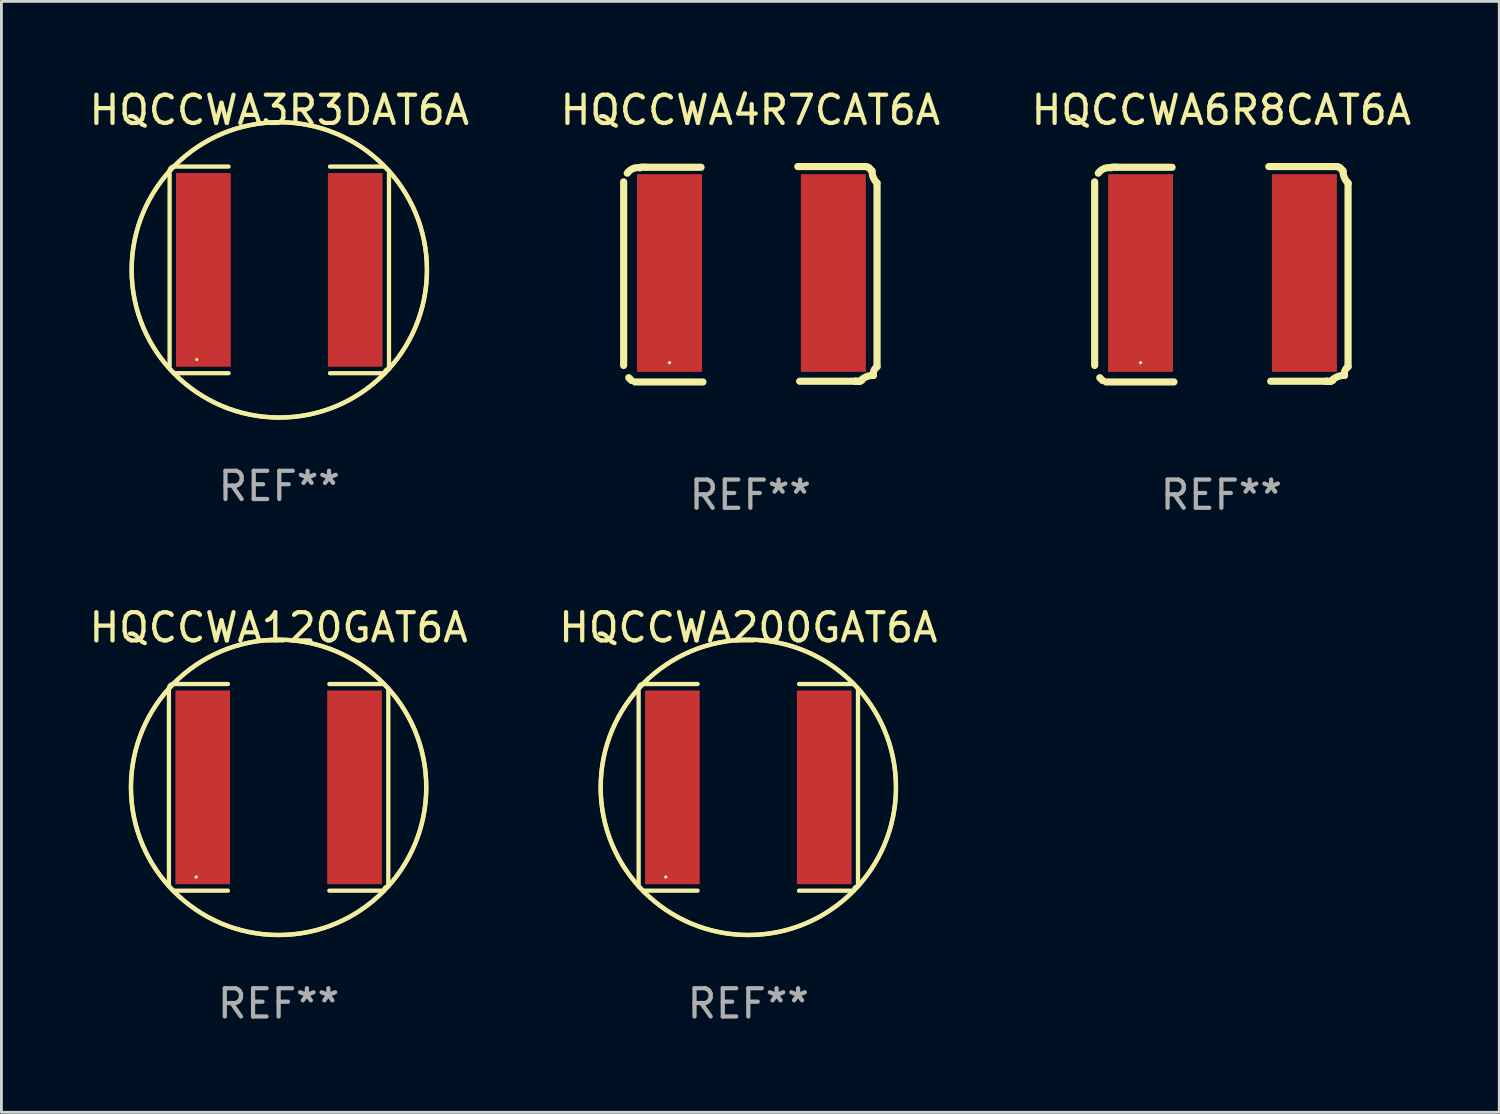
<source format=kicad_pcb>
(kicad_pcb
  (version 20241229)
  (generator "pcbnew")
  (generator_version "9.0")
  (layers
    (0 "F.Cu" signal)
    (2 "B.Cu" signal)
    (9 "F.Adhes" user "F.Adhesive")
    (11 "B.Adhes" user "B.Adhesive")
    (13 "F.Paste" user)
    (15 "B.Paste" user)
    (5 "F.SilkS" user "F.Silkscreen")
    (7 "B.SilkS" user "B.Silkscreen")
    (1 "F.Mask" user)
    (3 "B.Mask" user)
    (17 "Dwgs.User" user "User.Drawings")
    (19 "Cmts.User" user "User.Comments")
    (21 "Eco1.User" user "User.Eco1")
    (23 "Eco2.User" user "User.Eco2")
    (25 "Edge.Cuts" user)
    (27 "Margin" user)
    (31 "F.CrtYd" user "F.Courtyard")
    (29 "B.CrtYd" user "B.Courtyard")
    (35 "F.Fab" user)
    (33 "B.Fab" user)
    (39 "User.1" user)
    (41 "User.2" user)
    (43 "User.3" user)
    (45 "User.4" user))
  (footprint "HQCCWA200GAT6A"
    (layer "F.Cu")
    (at 23.446 24.828)
    (property "Reference" "HQCCWA200GAT6A" (at 0 -5.658 0) (layer "F.SilkS") (effects (font (size 1 1) (thickness 0.15))))
    (attr through_hole)
    (fp_line (start -3.884 -3.505) (end -3.884 3.505) (stroke (width 0.152) (type solid)) (layer "F.SilkS"))
    (fp_line (start -3.731 3.658) (end -1.796 3.658) (stroke (width 0.152) (type solid)) (layer "F.SilkS"))
    (fp_line (start -1.796 -3.658) (end -3.731 -3.658) (stroke (width 0.152) (type solid)) (layer "F.SilkS"))
    (fp_line (start 1.796 -3.658) (end 3.731 -3.658) (stroke (width 0.152) (type solid)) (layer "F.SilkS"))
    (fp_line (start 3.731 3.658) (end 1.796 3.658) (stroke (width 0.152) (type solid)) (layer "F.SilkS"))
    (fp_line (start 3.884 -3.505) (end 3.884 3.505) (stroke (width 0.152) (type solid)) (layer "F.SilkS"))
    (fp_arc (start -3.8836 -3.505199) (mid -3.838963 -3.612963) (end -3.731199 -3.6576) (stroke (width 0.1524) (type solid)) (layer "F.SilkS"))
    (fp_arc (start -3.883599 3.505199) (mid 3.883577 -3.505177) (end -3.883599 3.505199) (stroke (width 0.1524) (type solid)) (layer "F.SilkS"))
    (fp_arc (start 3.731198 3.6576) (mid 3.775835 3.549836) (end 3.883599 3.505199) (stroke (width 0.1524) (type solid)) (layer "F.SilkS"))
    (fp_arc (start 3.731199 -3.6576) (mid -3.731221 3.657622) (end 3.731199 -3.6576) (stroke (width 0.1524) (type solid)) (layer "F.SilkS"))
    (fp_circle (center -2.92 3.175) (end -2.89 3.175) (stroke (width 0.06) (type solid)) (fill no) (layer "F.SilkS"))
    (fp_text user "REF**" (at 0 7.658 0) (layer "F.Fab") (effects (font (size 1 1) (thickness 0.15))))
    (pad "1" smd rect (at -2.688 0) (size 1.935 6.858) (layers "F.Cu" "F.Mask" "F.Paste"))
    (pad "2" smd rect (at 2.688 0) (size 1.935 6.858) (layers "F.Cu" "F.Mask" "F.Paste")))
  (footprint "HQCCWA4R7CAT6A"
    (layer "F.Cu")
    (at 23.518 6.661)
    (property "Reference" "HQCCWA4R7CAT6A" (at 0 -5.813 0) (layer "F.SilkS") (effects (font (size 1 1) (thickness 0.15))))
    (attr through_hole)
    (fp_line (start -4.486 -3.272) (end -4.486 3.229) (stroke (width 0.254) (type solid)) (layer "F.SilkS"))
    (fp_line (start -4.306 3.662) (end -4.207 3.762) (stroke (width 0.254) (type solid)) (layer "F.SilkS"))
    (fp_line (start -4.084 3.813) (end -1.679 3.813) (stroke (width 0.254) (type solid)) (layer "F.SilkS"))
    (fp_line (start -3.867 -3.793) (end -3.71 -3.793) (stroke (width 0.254) (type solid)) (layer "F.SilkS"))
    (fp_line (start -3.722 -3.788) (end -1.746 -3.788) (stroke (width 0.254) (type solid)) (layer "F.SilkS"))
    (fp_line (start 3.722 3.788) (end 1.746 3.788) (stroke (width 0.254) (type solid)) (layer "F.SilkS"))
    (fp_line (start 3.867 3.793) (end 3.71 3.793) (stroke (width 0.254) (type solid)) (layer "F.SilkS"))
    (fp_line (start 4.084 -3.813) (end 1.679 -3.813) (stroke (width 0.254) (type solid)) (layer "F.SilkS"))
    (fp_line (start 4.306 -3.662) (end 4.207 -3.762) (stroke (width 0.254) (type solid)) (layer "F.SilkS"))
    (fp_line (start 4.486 3.272) (end 4.486 -3.229) (stroke (width 0.254) (type solid)) (layer "F.SilkS"))
    (fp_arc (start -4.358992 -3.578563) (mid -4.156557 -3.740265) (end -3.899073 -3.769063) (stroke (width 0.254001) (type solid)) (layer "F.SilkS"))
    (fp_arc (start 3.721856 3.787782) (mid 3.728978 3.782092) (end 3.738037 3.781077) (stroke (width 0.254001) (type solid)) (layer "F.SilkS"))
    (fp_arc (start 3.867373 3.792659) (mid 3.900142 3.766484) (end 3.941821 3.761824) (stroke (width 0.254001) (type solid)) (layer "F.SilkS"))
    (fp_arc (start 3.899073 3.769063) (mid 4.110086 3.628071) (end 4.358992 3.578563) (stroke (width 0.254001) (type solid)) (layer "F.SilkS"))
    (fp_arc (start 4.08396 -3.812852) (mid 4.150327 -3.799647) (end 4.206591 -3.762052) (stroke (width 0.254001) (type solid)) (layer "F.SilkS"))
    (fp_arc (start 4.358992 3.578562) (mid 4.378192 3.406911) (end 4.485992 3.271959) (stroke (width 0.254001) (type solid)) (layer "F.SilkS"))
    (fp_arc (start 4.485992 -3.228651) (mid 4.353065 -3.42759) (end 4.306388 -3.662255) (stroke (width 0.254001) (type solid)) (layer "F.SilkS"))
    (fp_circle (center -2.861 3.131) (end -2.831 3.131) (stroke (width 0.06) (type solid)) (fill no) (layer "F.SilkS"))
    (fp_text user "REF**" (at 0 7.813 0) (layer "F.Fab") (effects (font (size 1 1) (thickness 0.15))))
    (pad "1" smd rect (at -2.861 -0.044) (size 2.3 7) (layers "F.Cu" "F.Mask" "F.Paste"))
    (pad "2" smd rect (at 2.939 -0.044) (size 2.3 7) (layers "F.Cu" "F.Mask" "F.Paste")))
  (footprint "HQCCWA120GAT6A"
    (layer "F.Cu")
    (at 6.815 24.828)
    (property "Reference" "HQCCWA120GAT6A" (at 0 -5.658 0) (layer "F.SilkS") (effects (font (size 1 1) (thickness 0.15))))
    (attr through_hole)
    (fp_line (start -3.884 -3.505) (end -3.884 3.505) (stroke (width 0.152) (type solid)) (layer "F.SilkS"))
    (fp_line (start -3.731 3.658) (end -1.796 3.658) (stroke (width 0.152) (type solid)) (layer "F.SilkS"))
    (fp_line (start -1.796 -3.658) (end -3.731 -3.658) (stroke (width 0.152) (type solid)) (layer "F.SilkS"))
    (fp_line (start 1.796 -3.658) (end 3.731 -3.658) (stroke (width 0.152) (type solid)) (layer "F.SilkS"))
    (fp_line (start 3.731 3.658) (end 1.796 3.658) (stroke (width 0.152) (type solid)) (layer "F.SilkS"))
    (fp_line (start 3.884 -3.505) (end 3.884 3.505) (stroke (width 0.152) (type solid)) (layer "F.SilkS"))
    (fp_arc (start -3.8836 -3.505199) (mid -3.838963 -3.612963) (end -3.731199 -3.6576) (stroke (width 0.1524) (type solid)) (layer "F.SilkS"))
    (fp_arc (start -3.883599 3.505199) (mid 3.883577 -3.505177) (end -3.883599 3.505199) (stroke (width 0.1524) (type solid)) (layer "F.SilkS"))
    (fp_arc (start 3.731198 3.6576) (mid 3.775835 3.549836) (end 3.883599 3.505199) (stroke (width 0.1524) (type solid)) (layer "F.SilkS"))
    (fp_arc (start 3.731199 -3.6576) (mid -3.731221 3.657622) (end 3.731199 -3.6576) (stroke (width 0.1524) (type solid)) (layer "F.SilkS"))
    (fp_circle (center -2.92 3.175) (end -2.89 3.175) (stroke (width 0.06) (type solid)) (fill no) (layer "F.SilkS"))
    (fp_text user "REF**" (at 0 7.658 0) (layer "F.Fab") (effects (font (size 1 1) (thickness 0.15))))
    (pad "1" smd rect (at -2.688 0) (size 1.935 6.858) (layers "F.Cu" "F.Mask" "F.Paste"))
    (pad "2" smd rect (at 2.688 0) (size 1.935 6.858) (layers "F.Cu" "F.Mask" "F.Paste")))
  (footprint "HQCCWA6R8CAT6A"
    (layer "F.Cu")
    (at 40.196 6.661)
    (property "Reference" "HQCCWA6R8CAT6A" (at 0 -5.813 0) (layer "F.SilkS") (effects (font (size 1 1) (thickness 0.15))))
    (attr through_hole)
    (fp_line (start -4.486 -3.272) (end -4.486 3.229) (stroke (width 0.254) (type solid)) (layer "F.SilkS"))
    (fp_line (start -4.306 3.662) (end -4.207 3.762) (stroke (width 0.254) (type solid)) (layer "F.SilkS"))
    (fp_line (start -4.084 3.813) (end -1.679 3.813) (stroke (width 0.254) (type solid)) (layer "F.SilkS"))
    (fp_line (start -3.867 -3.793) (end -3.71 -3.793) (stroke (width 0.254) (type solid)) (layer "F.SilkS"))
    (fp_line (start -3.722 -3.788) (end -1.746 -3.788) (stroke (width 0.254) (type solid)) (layer "F.SilkS"))
    (fp_line (start 3.722 3.788) (end 1.746 3.788) (stroke (width 0.254) (type solid)) (layer "F.SilkS"))
    (fp_line (start 3.867 3.793) (end 3.71 3.793) (stroke (width 0.254) (type solid)) (layer "F.SilkS"))
    (fp_line (start 4.084 -3.813) (end 1.679 -3.813) (stroke (width 0.254) (type solid)) (layer "F.SilkS"))
    (fp_line (start 4.306 -3.662) (end 4.207 -3.762) (stroke (width 0.254) (type solid)) (layer "F.SilkS"))
    (fp_line (start 4.486 3.272) (end 4.486 -3.229) (stroke (width 0.254) (type solid)) (layer "F.SilkS"))
    (fp_arc (start -4.358992 -3.578563) (mid -4.156557 -3.740265) (end -3.899073 -3.769063) (stroke (width 0.254001) (type solid)) (layer "F.SilkS"))
    (fp_arc (start 3.721856 3.787782) (mid 3.728978 3.782092) (end 3.738037 3.781077) (stroke (width 0.254001) (type solid)) (layer "F.SilkS"))
    (fp_arc (start 3.867373 3.792659) (mid 3.900142 3.766484) (end 3.941821 3.761824) (stroke (width 0.254001) (type solid)) (layer "F.SilkS"))
    (fp_arc (start 3.899073 3.769063) (mid 4.110086 3.628071) (end 4.358992 3.578563) (stroke (width 0.254001) (type solid)) (layer "F.SilkS"))
    (fp_arc (start 4.08396 -3.812852) (mid 4.150327 -3.799647) (end 4.206591 -3.762052) (stroke (width 0.254001) (type solid)) (layer "F.SilkS"))
    (fp_arc (start 4.358992 3.578562) (mid 4.378192 3.406911) (end 4.485992 3.271959) (stroke (width 0.254001) (type solid)) (layer "F.SilkS"))
    (fp_arc (start 4.485992 -3.228651) (mid 4.353065 -3.42759) (end 4.306388 -3.662255) (stroke (width 0.254001) (type solid)) (layer "F.SilkS"))
    (fp_circle (center -2.861 3.131) (end -2.831 3.131) (stroke (width 0.06) (type solid)) (fill no) (layer "F.SilkS"))
    (fp_text user "REF**" (at 0 7.813 0) (layer "F.Fab") (effects (font (size 1 1) (thickness 0.15))))
    (pad "1" smd rect (at -2.861 -0.044) (size 2.3 7) (layers "F.Cu" "F.Mask" "F.Paste"))
    (pad "2" smd rect (at 2.939 -0.044) (size 2.3 7) (layers "F.Cu" "F.Mask" "F.Paste")))
  (footprint "HQCCWA3R3DAT6A"
    (layer "F.Cu")
    (at 6.839 6.506)
    (property "Reference" "HQCCWA3R3DAT6A" (at 0 -5.658 0) (layer "F.SilkS") (effects (font (size 1 1) (thickness 0.15))))
    (attr through_hole)
    (fp_line (start -3.884 -3.505) (end -3.884 3.505) (stroke (width 0.152) (type solid)) (layer "F.SilkS"))
    (fp_line (start -3.731 3.658) (end -1.796 3.658) (stroke (width 0.152) (type solid)) (layer "F.SilkS"))
    (fp_line (start -1.796 -3.658) (end -3.731 -3.658) (stroke (width 0.152) (type solid)) (layer "F.SilkS"))
    (fp_line (start 1.796 -3.658) (end 3.731 -3.658) (stroke (width 0.152) (type solid)) (layer "F.SilkS"))
    (fp_line (start 3.731 3.658) (end 1.796 3.658) (stroke (width 0.152) (type solid)) (layer "F.SilkS"))
    (fp_line (start 3.884 -3.505) (end 3.884 3.505) (stroke (width 0.152) (type solid)) (layer "F.SilkS"))
    (fp_arc (start -3.8836 -3.505199) (mid -3.838963 -3.612963) (end -3.731199 -3.6576) (stroke (width 0.1524) (type solid)) (layer "F.SilkS"))
    (fp_arc (start -3.883599 3.505199) (mid 3.883577 -3.505177) (end -3.883599 3.505199) (stroke (width 0.1524) (type solid)) (layer "F.SilkS"))
    (fp_arc (start 3.731198 3.6576) (mid 3.775835 3.549836) (end 3.883599 3.505199) (stroke (width 0.1524) (type solid)) (layer "F.SilkS"))
    (fp_arc (start 3.731199 -3.6576) (mid -3.731221 3.657622) (end 3.731199 -3.6576) (stroke (width 0.1524) (type solid)) (layer "F.SilkS"))
    (fp_circle (center -2.92 3.175) (end -2.89 3.175) (stroke (width 0.06) (type solid)) (fill no) (layer "F.SilkS"))
    (fp_text user "REF**" (at 0 7.658 0) (layer "F.Fab") (effects (font (size 1 1) (thickness 0.15))))
    (pad "1" smd rect (at -2.688 0) (size 1.935 6.858) (layers "F.Cu" "F.Mask" "F.Paste"))
    (pad "2" smd rect (at 2.688 0) (size 1.935 6.858) (layers "F.Cu" "F.Mask" "F.Paste")))
  (gr_rect
    (start -3 -3)
    (end 50.036 36.334)
    (stroke (width 0.1) (type default))
    (fill no)
    (layer "Edge.Cuts")))
</source>
